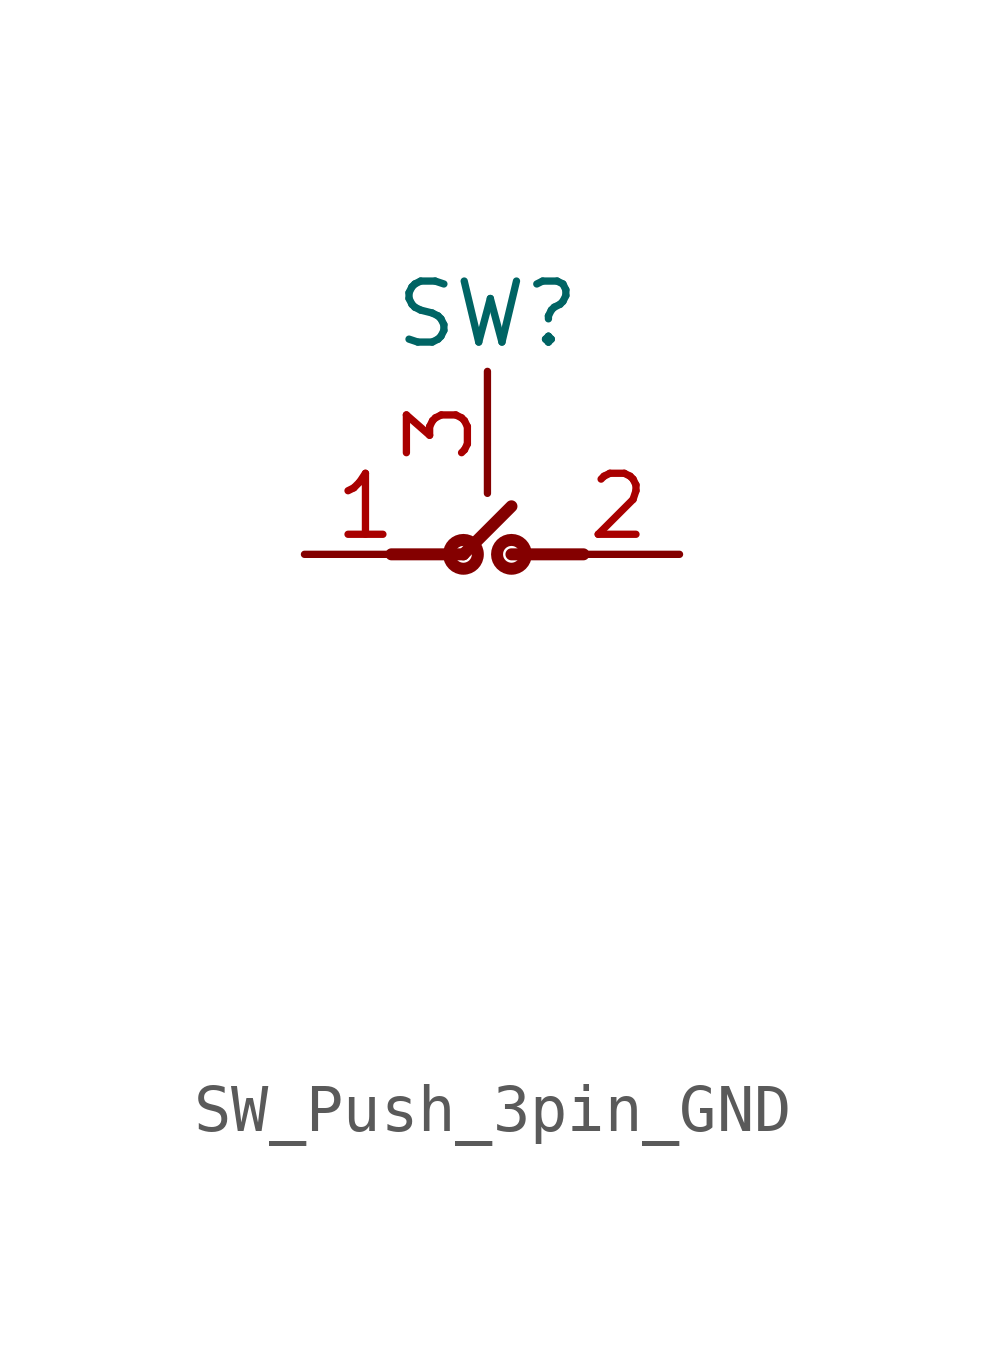
<source format=kicad_sym>
(kicad_symbol_lib
  (version 20241209)
  (generator "kicad_symbol_editor")
  (generator_version "9.0")
  (symbol "SW_Push_3pin_GND"
    (property "Reference" "SW"
      (at 0 5 0)
      (effects (font (size 1.27 1.27))))
    (property "Footprint" ""
      (at 0 -7 0)
      (effects (font (size 1 1))))
    (property "Datasheet" ""
      (at 0 -9 0)
      (effects (font (size 1 1))))
    (symbol "SW_Push_3pin_GND_1_1"
      (polyline (pts (xy -2 0) (xy -0.5 0)) (stroke (width 0.25) (type default)) (fill (type none)))
      (circle (center -0.5 0) (radius 0.3) (stroke (width 0.25) (type default)) (fill (type none)))
      (polyline (pts (xy -0.5 0) (xy 0.5 1)) (stroke (width 0.25) (type default)) (fill (type none)))
      (circle (center 0.5 0) (radius 0.3) (stroke (width 0.25) (type default)) (fill (type none)))
      (polyline (pts (xy 2 0) (xy 0.5 0)) (stroke (width 0.25) (type default)) (fill (type none)))
      (pin passive line (at -3.81 0 0) (length 2.54) (name "" (effects (font (size 1.27 1.27)))) (number "1" (effects (font (size 1.27 1.27)))))
      (pin passive line (at 0 3.81 270) (length 2.54) (name "" (effects (font (size 1.27 1.27)))) (number "3" (effects (font (size 1.27 1.27)))))
      (pin passive line (at 4 0 180) (length 2.54) (name "" (effects (font (size 1.27 1.27)))) (number "2" (effects (font (size 1.27 1.27))))))))
</source>
